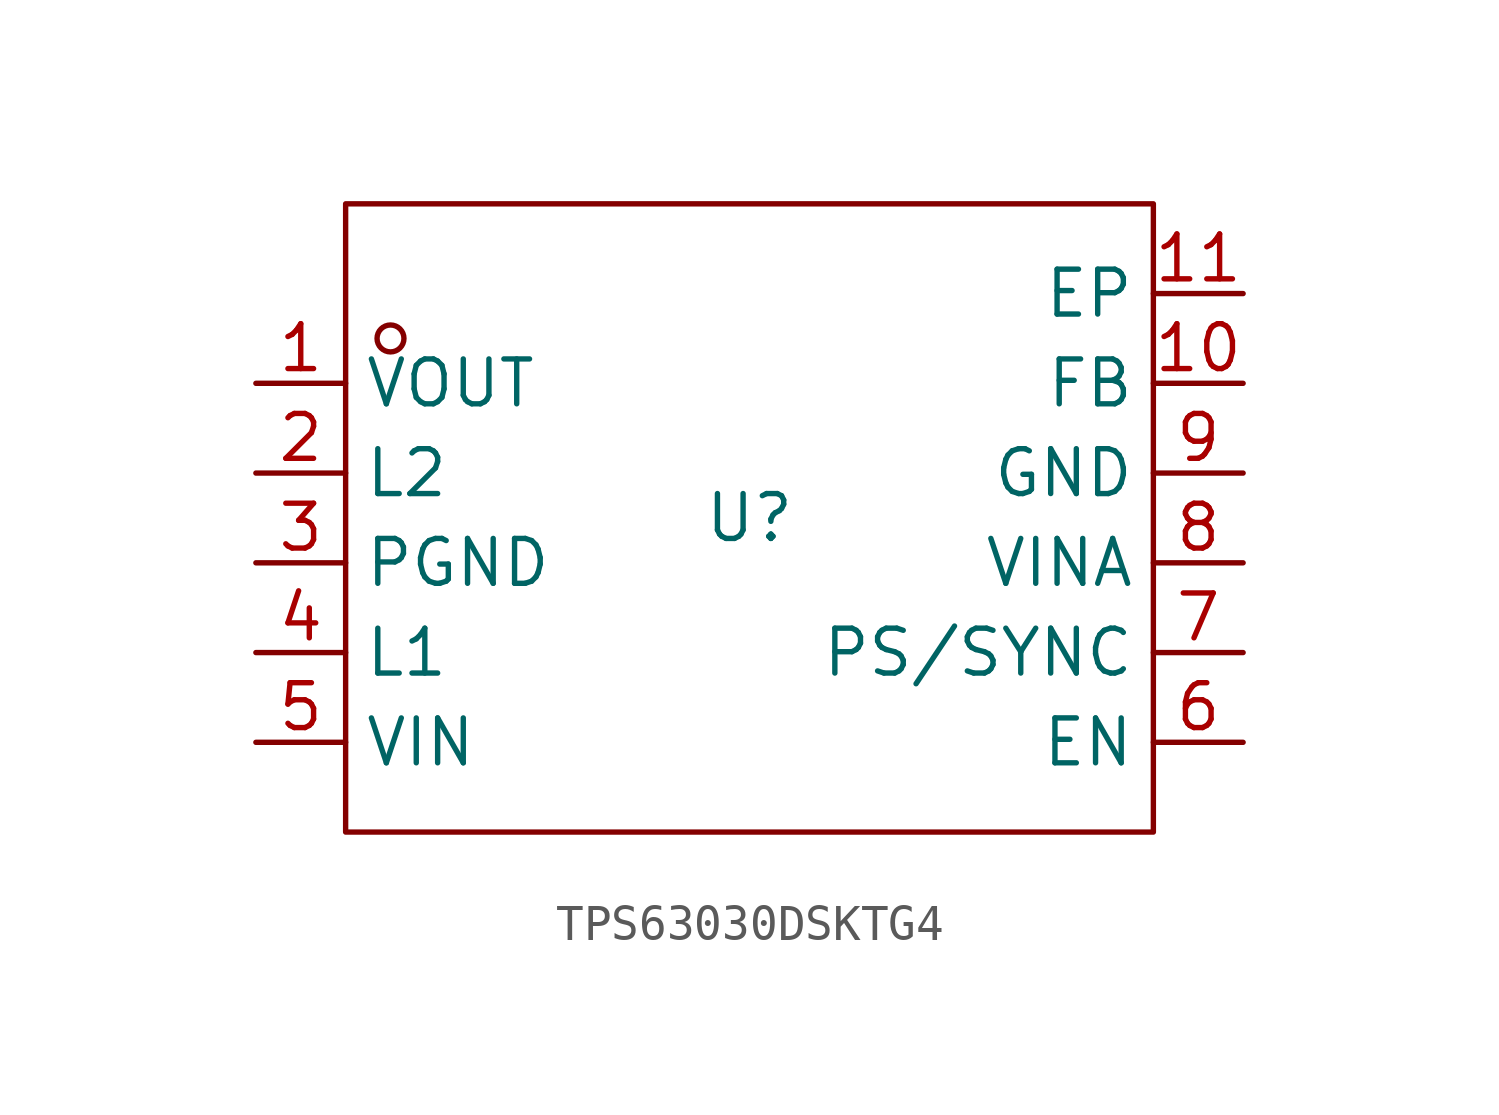
<source format=kicad_sym>
(kicad_symbol_lib
  (version 20241209)
  (generator "kicad_symbol_editor")
  (generator_version "9.0")
  (symbol "TPS63030DSKTG4"
    (property "Reference" "U"
      (at 0 0 0)
      (effects (font (size 1.27 1.27))))
    (property "Value" ""
      (at 0 0 0)
      (effects (font (size 1.27 1.27))))
    (symbol "TPS63030DSKTG4_1_0"
      (rectangle (start -11.43 -8.89) (end 11.43 8.89) (stroke (width 0) (type default)) (fill (type none)))
      (circle (center -10.16 5.08) (radius 0.381) (stroke (width 0) (type default)) (fill (type none)))
      (pin input line (at -13.97 3.81 0) (length 2.54) (name "VOUT" (effects (font (size 1.27 1.27)))) (number "1" (effects (font (size 1.27 1.27)))))
      (pin input line (at -13.97 1.27 0) (length 2.54) (name "L2" (effects (font (size 1.27 1.27)))) (number "2" (effects (font (size 1.27 1.27)))))
      (pin input line (at -13.97 -1.27 0) (length 2.54) (name "PGND" (effects (font (size 1.27 1.27)))) (number "3" (effects (font (size 1.27 1.27)))))
      (pin input line (at -13.97 -3.81 0) (length 2.54) (name "L1" (effects (font (size 1.27 1.27)))) (number "4" (effects (font (size 1.27 1.27)))))
      (pin input line (at -13.97 -6.35 0) (length 2.54) (name "VIN" (effects (font (size 1.27 1.27)))) (number "5" (effects (font (size 1.27 1.27)))))
      (pin input line (at 13.97 6.35 180) (length 2.54) (name "EP" (effects (font (size 1.27 1.27)))) (number "11" (effects (font (size 1.27 1.27)))))
      (pin input line (at 13.97 3.81 180) (length 2.54) (name "FB" (effects (font (size 1.27 1.27)))) (number "10" (effects (font (size 1.27 1.27)))))
      (pin input line (at 13.97 1.27 180) (length 2.54) (name "GND" (effects (font (size 1.27 1.27)))) (number "9" (effects (font (size 1.27 1.27)))))
      (pin input line (at 13.97 -1.27 180) (length 2.54) (name "VINA" (effects (font (size 1.27 1.27)))) (number "8" (effects (font (size 1.27 1.27)))))
      (pin input line (at 13.97 -3.81 180) (length 2.54) (name "PS/SYNC" (effects (font (size 1.27 1.27)))) (number "7" (effects (font (size 1.27 1.27)))))
      (pin input line (at 13.97 -6.35 180) (length 2.54) (name "EN" (effects (font (size 1.27 1.27)))) (number "6" (effects (font (size 1.27 1.27))))))))
</source>
